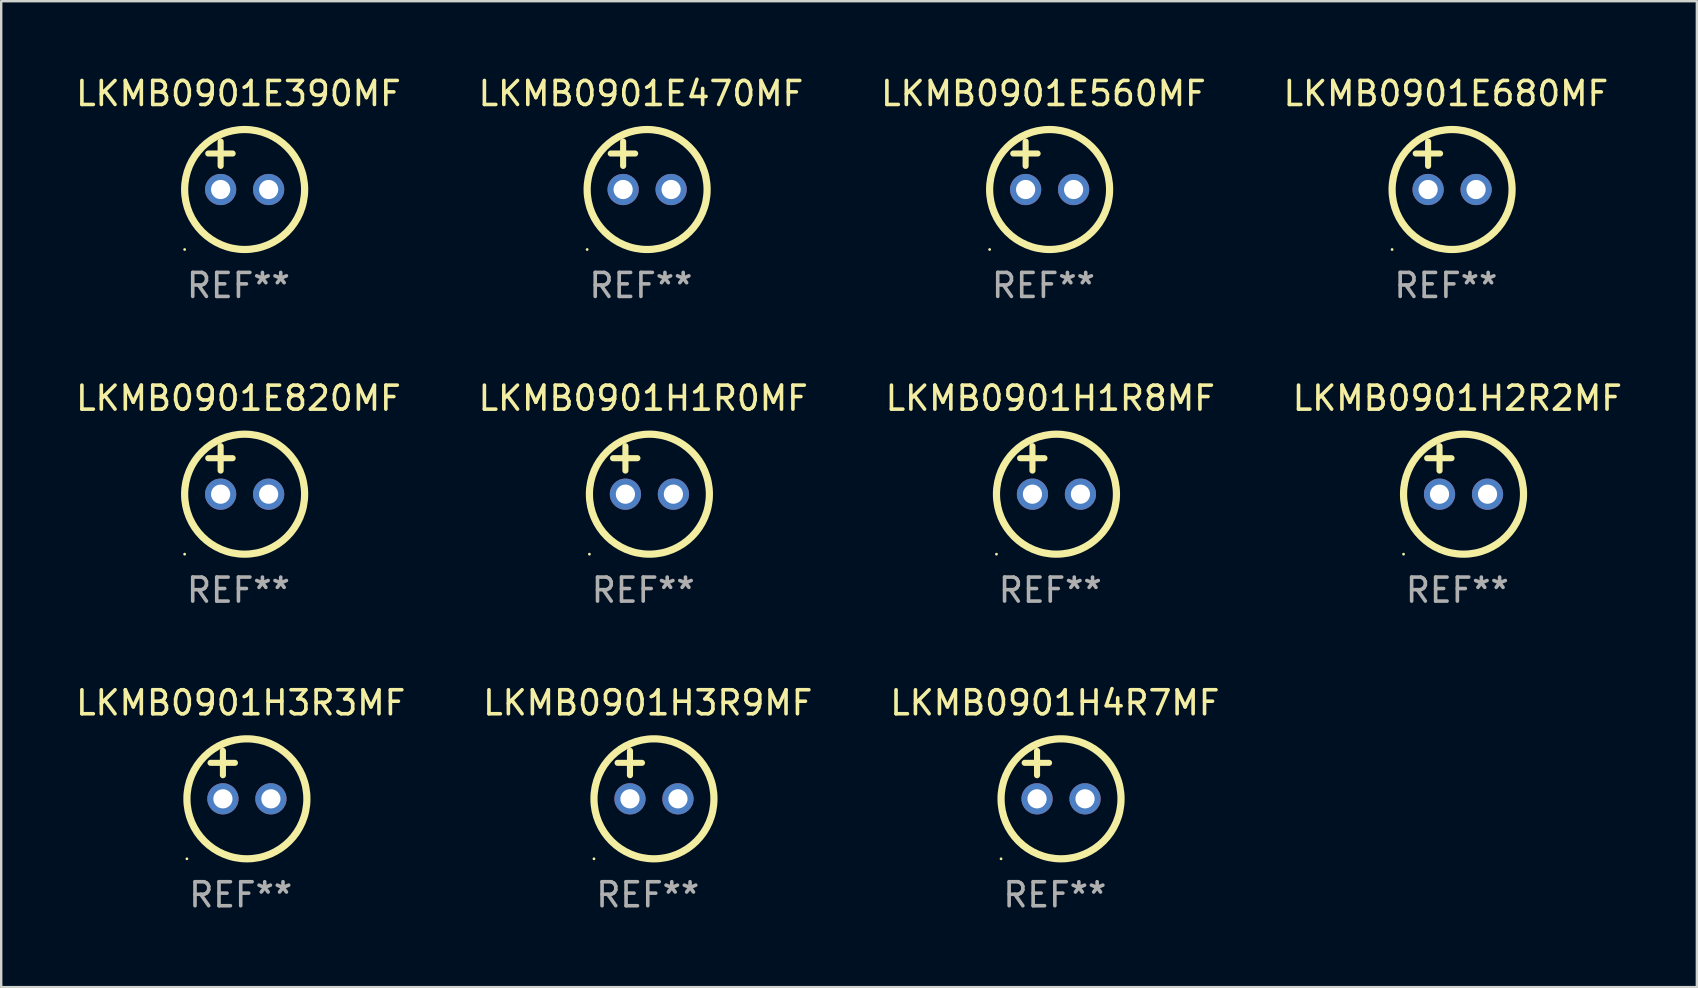
<source format=kicad_pcb>
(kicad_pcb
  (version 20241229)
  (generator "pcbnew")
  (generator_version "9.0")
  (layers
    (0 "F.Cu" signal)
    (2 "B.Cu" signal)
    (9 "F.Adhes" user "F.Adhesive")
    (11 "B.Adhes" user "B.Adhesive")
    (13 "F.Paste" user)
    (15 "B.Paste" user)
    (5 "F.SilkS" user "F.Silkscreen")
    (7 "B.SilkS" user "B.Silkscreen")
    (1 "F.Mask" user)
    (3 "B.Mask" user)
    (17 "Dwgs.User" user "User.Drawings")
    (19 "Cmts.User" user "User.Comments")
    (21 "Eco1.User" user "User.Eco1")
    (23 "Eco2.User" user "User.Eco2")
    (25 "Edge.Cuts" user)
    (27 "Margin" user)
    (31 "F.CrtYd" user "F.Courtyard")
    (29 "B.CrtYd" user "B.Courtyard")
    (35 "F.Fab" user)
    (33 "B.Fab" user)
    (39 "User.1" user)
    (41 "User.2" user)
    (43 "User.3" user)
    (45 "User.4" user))
  (footprint "LKMB0901E470MF"
    (layer "F.Cu")
    (at 23.661 3.848)
    (property "Reference" "LKMB0901E470MF" (at 0 -3 0) (layer "F.SilkS") (effects (font (size 1 1) (thickness 0.15))))
    (attr through_hole)
    (fp_line (start -1.258 -0.5) (end -0.242 -0.5) (stroke (width 0.254) (type solid)) (layer "F.SilkS"))
    (fp_line (start -0.742 -1) (end -0.742 0.016) (stroke (width 0.254) (type solid)) (layer "F.SilkS"))
    (fp_circle (center -2.242 3.5) (end -2.212 3.5) (stroke (width 0.06) (type solid)) (fill no) (layer "F.SilkS"))
    (fp_circle (center 0.258 1) (end 2.758 1) (stroke (width 0.3) (type solid)) (fill no) (layer "F.SilkS"))
    (fp_text user "REF**" (at 0 5 0) (layer "F.Fab") (effects (font (size 1 1) (thickness 0.15))))
    (pad "1" thru_hole circle (at -0.742 1) (size 1.3 1.3) (drill 0.8) (layers "*.Cu" "*.Mask"))
    (pad "2" thru_hole circle (at 1.258 1) (size 1.3 1.3) (drill 0.8) (layers "*.Cu" "*.Mask")))
  (footprint "LKMB0901H3R3MF"
    (layer "F.Cu")
    (at 6.982 29.241)
    (property "Reference" "LKMB0901H3R3MF" (at 0 -3 0) (layer "F.SilkS") (effects (font (size 1 1) (thickness 0.15))))
    (attr through_hole)
    (fp_line (start -1.258 -0.5) (end -0.242 -0.5) (stroke (width 0.254) (type solid)) (layer "F.SilkS"))
    (fp_line (start -0.742 -1) (end -0.742 0.016) (stroke (width 0.254) (type solid)) (layer "F.SilkS"))
    (fp_circle (center -2.242 3.5) (end -2.212 3.5) (stroke (width 0.06) (type solid)) (fill no) (layer "F.SilkS"))
    (fp_circle (center 0.258 1) (end 2.758 1) (stroke (width 0.3) (type solid)) (fill no) (layer "F.SilkS"))
    (fp_text user "REF**" (at 0 5 0) (layer "F.Fab") (effects (font (size 1 1) (thickness 0.15))))
    (pad "1" thru_hole circle (at -0.742 1) (size 1.3 1.3) (drill 0.8) (layers "*.Cu" "*.Mask"))
    (pad "2" thru_hole circle (at 1.258 1) (size 1.3 1.3) (drill 0.8) (layers "*.Cu" "*.Mask")))
  (footprint "LKMB0901E680MF"
    (layer "F.Cu")
    (at 57.208 3.848)
    (property "Reference" "LKMB0901E680MF" (at 0 -3 0) (layer "F.SilkS") (effects (font (size 1 1) (thickness 0.15))))
    (attr through_hole)
    (fp_line (start -1.258 -0.5) (end -0.242 -0.5) (stroke (width 0.254) (type solid)) (layer "F.SilkS"))
    (fp_line (start -0.742 -1) (end -0.742 0.016) (stroke (width 0.254) (type solid)) (layer "F.SilkS"))
    (fp_circle (center -2.242 3.5) (end -2.212 3.5) (stroke (width 0.06) (type solid)) (fill no) (layer "F.SilkS"))
    (fp_circle (center 0.258 1) (end 2.758 1) (stroke (width 0.3) (type solid)) (fill no) (layer "F.SilkS"))
    (fp_text user "REF**" (at 0 5 0) (layer "F.Fab") (effects (font (size 1 1) (thickness 0.15))))
    (pad "1" thru_hole circle (at -0.742 1) (size 1.3 1.3) (drill 0.8) (layers "*.Cu" "*.Mask"))
    (pad "2" thru_hole circle (at 1.258 1) (size 1.3 1.3) (drill 0.8) (layers "*.Cu" "*.Mask")))
  (footprint "LKMB0901H1R8MF"
    (layer "F.Cu")
    (at 40.72 16.545)
    (property "Reference" "LKMB0901H1R8MF" (at 0 -3 0) (layer "F.SilkS") (effects (font (size 1 1) (thickness 0.15))))
    (attr through_hole)
    (fp_line (start -1.258 -0.5) (end -0.242 -0.5) (stroke (width 0.254) (type solid)) (layer "F.SilkS"))
    (fp_line (start -0.742 -1) (end -0.742 0.016) (stroke (width 0.254) (type solid)) (layer "F.SilkS"))
    (fp_circle (center -2.242 3.5) (end -2.212 3.5) (stroke (width 0.06) (type solid)) (fill no) (layer "F.SilkS"))
    (fp_circle (center 0.258 1) (end 2.758 1) (stroke (width 0.3) (type solid)) (fill no) (layer "F.SilkS"))
    (fp_text user "REF**" (at 0 5 0) (layer "F.Fab") (effects (font (size 1 1) (thickness 0.15))))
    (pad "1" thru_hole circle (at -0.742 1) (size 1.3 1.3) (drill 0.8) (layers "*.Cu" "*.Mask"))
    (pad "2" thru_hole circle (at 1.258 1) (size 1.3 1.3) (drill 0.8) (layers "*.Cu" "*.Mask")))
  (footprint "LKMB0901H2R2MF"
    (layer "F.Cu")
    (at 57.685 16.545)
    (property "Reference" "LKMB0901H2R2MF" (at 0 -3 0) (layer "F.SilkS") (effects (font (size 1 1) (thickness 0.15))))
    (attr through_hole)
    (fp_line (start -1.258 -0.5) (end -0.242 -0.5) (stroke (width 0.254) (type solid)) (layer "F.SilkS"))
    (fp_line (start -0.742 -1) (end -0.742 0.016) (stroke (width 0.254) (type solid)) (layer "F.SilkS"))
    (fp_circle (center -2.242 3.5) (end -2.212 3.5) (stroke (width 0.06) (type solid)) (fill no) (layer "F.SilkS"))
    (fp_circle (center 0.258 1) (end 2.758 1) (stroke (width 0.3) (type solid)) (fill no) (layer "F.SilkS"))
    (fp_text user "REF**" (at 0 5 0) (layer "F.Fab") (effects (font (size 1 1) (thickness 0.15))))
    (pad "1" thru_hole circle (at -0.742 1) (size 1.3 1.3) (drill 0.8) (layers "*.Cu" "*.Mask"))
    (pad "2" thru_hole circle (at 1.258 1) (size 1.3 1.3) (drill 0.8) (layers "*.Cu" "*.Mask")))
  (footprint "LKMB0901E560MF"
    (layer "F.Cu")
    (at 40.435 3.848)
    (property "Reference" "LKMB0901E560MF" (at 0 -3 0) (layer "F.SilkS") (effects (font (size 1 1) (thickness 0.15))))
    (attr through_hole)
    (fp_line (start -1.258 -0.5) (end -0.242 -0.5) (stroke (width 0.254) (type solid)) (layer "F.SilkS"))
    (fp_line (start -0.742 -1) (end -0.742 0.016) (stroke (width 0.254) (type solid)) (layer "F.SilkS"))
    (fp_circle (center -2.242 3.5) (end -2.212 3.5) (stroke (width 0.06) (type solid)) (fill no) (layer "F.SilkS"))
    (fp_circle (center 0.258 1) (end 2.758 1) (stroke (width 0.3) (type solid)) (fill no) (layer "F.SilkS"))
    (fp_text user "REF**" (at 0 5 0) (layer "F.Fab") (effects (font (size 1 1) (thickness 0.15))))
    (pad "1" thru_hole circle (at -0.742 1) (size 1.3 1.3) (drill 0.8) (layers "*.Cu" "*.Mask"))
    (pad "2" thru_hole circle (at 1.258 1) (size 1.3 1.3) (drill 0.8) (layers "*.Cu" "*.Mask")))
  (footprint "LKMB0901H4R7MF"
    (layer "F.Cu")
    (at 40.911 29.241)
    (property "Reference" "LKMB0901H4R7MF" (at 0 -3 0) (layer "F.SilkS") (effects (font (size 1 1) (thickness 0.15))))
    (attr through_hole)
    (fp_line (start -1.258 -0.5) (end -0.242 -0.5) (stroke (width 0.254) (type solid)) (layer "F.SilkS"))
    (fp_line (start -0.742 -1) (end -0.742 0.016) (stroke (width 0.254) (type solid)) (layer "F.SilkS"))
    (fp_circle (center -2.242 3.5) (end -2.212 3.5) (stroke (width 0.06) (type solid)) (fill no) (layer "F.SilkS"))
    (fp_circle (center 0.258 1) (end 2.758 1) (stroke (width 0.3) (type solid)) (fill no) (layer "F.SilkS"))
    (fp_text user "REF**" (at 0 5 0) (layer "F.Fab") (effects (font (size 1 1) (thickness 0.15))))
    (pad "1" thru_hole circle (at -0.742 1) (size 1.3 1.3) (drill 0.8) (layers "*.Cu" "*.Mask"))
    (pad "2" thru_hole circle (at 1.258 1) (size 1.3 1.3) (drill 0.8) (layers "*.Cu" "*.Mask")))
  (footprint "LKMB0901H3R9MF"
    (layer "F.Cu")
    (at 23.946 29.241)
    (property "Reference" "LKMB0901H3R9MF" (at 0 -3 0) (layer "F.SilkS") (effects (font (size 1 1) (thickness 0.15))))
    (attr through_hole)
    (fp_line (start -1.258 -0.5) (end -0.242 -0.5) (stroke (width 0.254) (type solid)) (layer "F.SilkS"))
    (fp_line (start -0.742 -1) (end -0.742 0.016) (stroke (width 0.254) (type solid)) (layer "F.SilkS"))
    (fp_circle (center -2.242 3.5) (end -2.212 3.5) (stroke (width 0.06) (type solid)) (fill no) (layer "F.SilkS"))
    (fp_circle (center 0.258 1) (end 2.758 1) (stroke (width 0.3) (type solid)) (fill no) (layer "F.SilkS"))
    (fp_text user "REF**" (at 0 5 0) (layer "F.Fab") (effects (font (size 1 1) (thickness 0.15))))
    (pad "1" thru_hole circle (at -0.742 1) (size 1.3 1.3) (drill 0.8) (layers "*.Cu" "*.Mask"))
    (pad "2" thru_hole circle (at 1.258 1) (size 1.3 1.3) (drill 0.8) (layers "*.Cu" "*.Mask")))
  (footprint "LKMB0901E820MF"
    (layer "F.Cu")
    (at 6.887 16.545)
    (property "Reference" "LKMB0901E820MF" (at 0 -3 0) (layer "F.SilkS") (effects (font (size 1 1) (thickness 0.15))))
    (attr through_hole)
    (fp_line (start -1.258 -0.5) (end -0.242 -0.5) (stroke (width 0.254) (type solid)) (layer "F.SilkS"))
    (fp_line (start -0.742 -1) (end -0.742 0.016) (stroke (width 0.254) (type solid)) (layer "F.SilkS"))
    (fp_circle (center -2.242 3.5) (end -2.212 3.5) (stroke (width 0.06) (type solid)) (fill no) (layer "F.SilkS"))
    (fp_circle (center 0.258 1) (end 2.758 1) (stroke (width 0.3) (type solid)) (fill no) (layer "F.SilkS"))
    (fp_text user "REF**" (at 0 5 0) (layer "F.Fab") (effects (font (size 1 1) (thickness 0.15))))
    (pad "1" thru_hole circle (at -0.742 1) (size 1.3 1.3) (drill 0.8) (layers "*.Cu" "*.Mask"))
    (pad "2" thru_hole circle (at 1.258 1) (size 1.3 1.3) (drill 0.8) (layers "*.Cu" "*.Mask")))
  (footprint "LKMB0901H1R0MF"
    (layer "F.Cu")
    (at 23.756 16.545)
    (property "Reference" "LKMB0901H1R0MF" (at 0 -3 0) (layer "F.SilkS") (effects (font (size 1 1) (thickness 0.15))))
    (attr through_hole)
    (fp_line (start -1.258 -0.5) (end -0.242 -0.5) (stroke (width 0.254) (type solid)) (layer "F.SilkS"))
    (fp_line (start -0.742 -1) (end -0.742 0.016) (stroke (width 0.254) (type solid)) (layer "F.SilkS"))
    (fp_circle (center -2.242 3.5) (end -2.212 3.5) (stroke (width 0.06) (type solid)) (fill no) (layer "F.SilkS"))
    (fp_circle (center 0.258 1) (end 2.758 1) (stroke (width 0.3) (type solid)) (fill no) (layer "F.SilkS"))
    (fp_text user "REF**" (at 0 5 0) (layer "F.Fab") (effects (font (size 1 1) (thickness 0.15))))
    (pad "1" thru_hole circle (at -0.742 1) (size 1.3 1.3) (drill 0.8) (layers "*.Cu" "*.Mask"))
    (pad "2" thru_hole circle (at 1.258 1) (size 1.3 1.3) (drill 0.8) (layers "*.Cu" "*.Mask")))
  (footprint "LKMB0901E390MF"
    (layer "F.Cu")
    (at 6.887 3.848)
    (property "Reference" "LKMB0901E390MF" (at 0 -3 0) (layer "F.SilkS") (effects (font (size 1 1) (thickness 0.15))))
    (attr through_hole)
    (fp_line (start -1.258 -0.5) (end -0.242 -0.5) (stroke (width 0.254) (type solid)) (layer "F.SilkS"))
    (fp_line (start -0.742 -1) (end -0.742 0.016) (stroke (width 0.254) (type solid)) (layer "F.SilkS"))
    (fp_circle (center -2.242 3.5) (end -2.212 3.5) (stroke (width 0.06) (type solid)) (fill no) (layer "F.SilkS"))
    (fp_circle (center 0.258 1) (end 2.758 1) (stroke (width 0.3) (type solid)) (fill no) (layer "F.SilkS"))
    (fp_text user "REF**" (at 0 5 0) (layer "F.Fab") (effects (font (size 1 1) (thickness 0.15))))
    (pad "1" thru_hole circle (at -0.742 1) (size 1.3 1.3) (drill 0.8) (layers "*.Cu" "*.Mask"))
    (pad "2" thru_hole circle (at 1.258 1) (size 1.3 1.3) (drill 0.8) (layers "*.Cu" "*.Mask")))
  (gr_rect
    (start -3 -3)
    (end 67.667 38.09)
    (stroke (width 0.1) (type default))
    (fill no)
    (layer "Edge.Cuts")))
</source>
